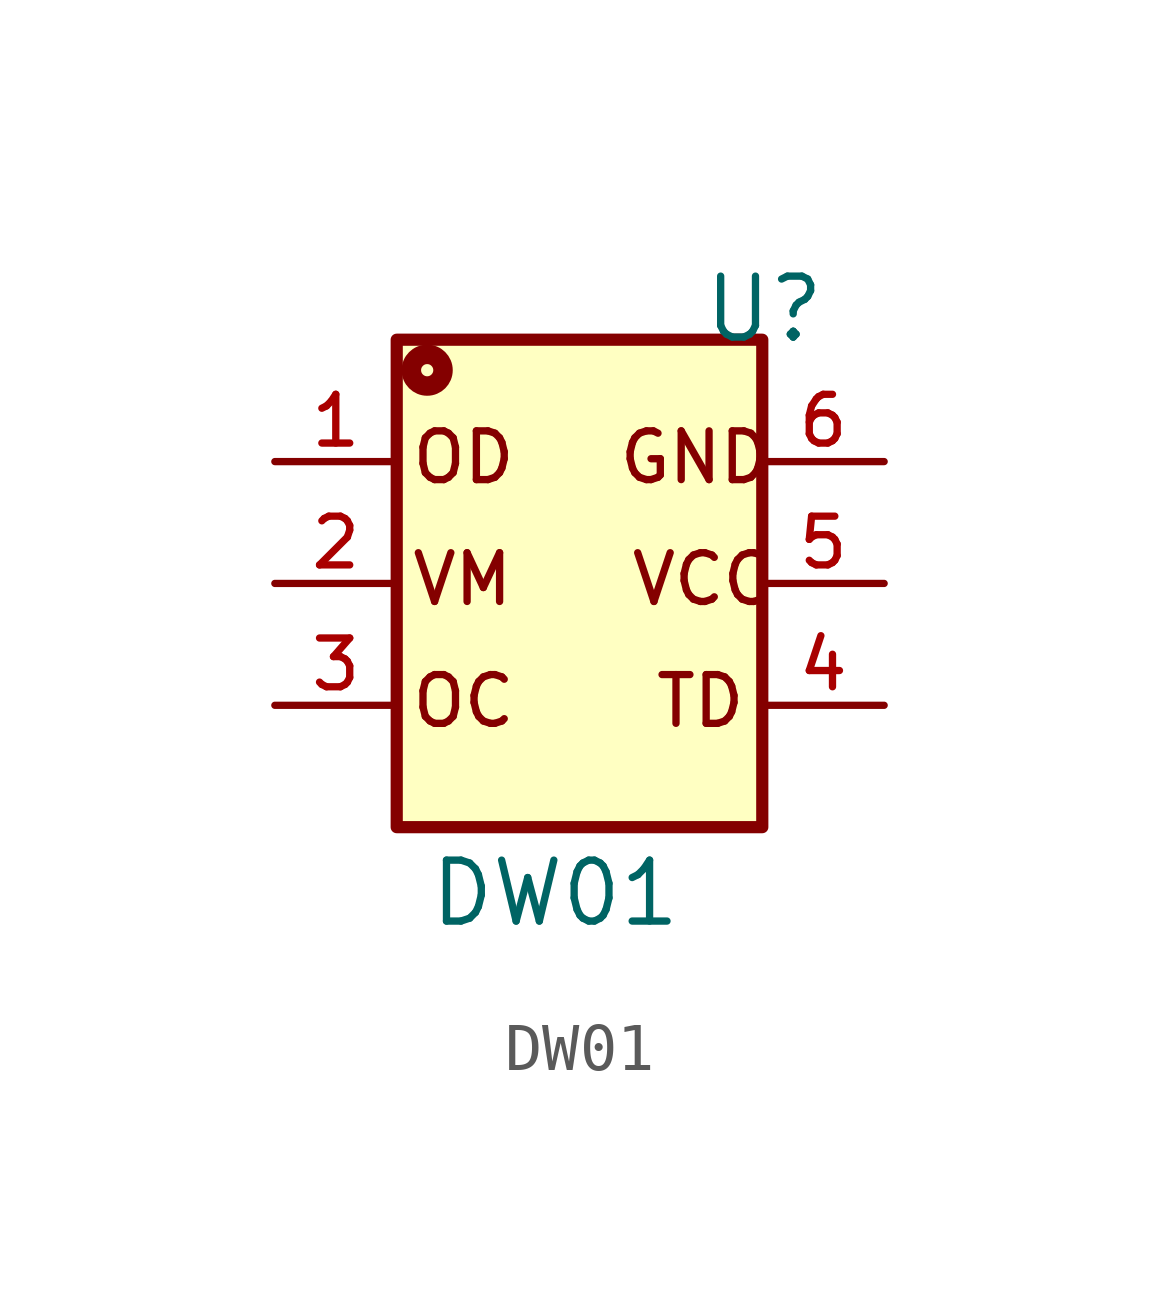
<source format=kicad_sym>
(kicad_symbol_lib
  (version 20211014)
  (generator kicad_symbol_editor)
  (symbol "DW01"
    (pin_names
      (offset 1.016))
    (property "Reference" "U"
      (at 6.35 5.715 0.0)
      (effects (font (size 1.27 1.27)) (justify left)))
    (property "Value" "DW01"
      (at 0.635 -5.715 0.0)
      (effects (font (size 1.27 1.27)) (justify top left)))
    (symbol "DW01_0_0"
      (circle (center 0.635 4.445) (radius 0.127) (stroke (width 0.406)) (fill (type none)))
      (text "OD" (at 0.254 2.032 0) (effects (font (size 1.016 1.016)) (justify bottom left)))
      (text "VM" (at 0.254 -0.508 0) (effects (font (size 1.016 1.016)) (justify bottom left)))
      (text "OC" (at 0.254 -3.048 0) (effects (font (size 1.016 1.016)) (justify bottom left)))
      (text "TD" (at 5.334 -3.048 0) (effects (font (size 1.016 1.016)) (justify bottom left)))
      (text "VCC" (at 4.826 -0.508 0) (effects (font (size 1.016 1.016)) (justify bottom left)))
      (text "GND" (at 4.572 2.032 0) (effects (font (size 1.016 1.016)) (justify bottom left)))
      (rectangle (start -4.4408920985e-16 -5.08) (end 7.62 5.08) (stroke (width 0.254)) (fill (type background)))
      (pin passive line (at -2.54 2.54 0) (length 2.54) (name "~" (effects (font (size 1.016 1.016)))) (number "1" (effects (font (size 1.016 1.016)))))
      (pin passive line (at -2.54 0.0 0) (length 2.54) (name "~" (effects (font (size 1.016 1.016)))) (number "2" (effects (font (size 1.016 1.016)))))
      (pin passive line (at -2.54 -2.54 0) (length 2.54) (name "~" (effects (font (size 1.016 1.016)))) (number "3" (effects (font (size 1.016 1.016)))))
      (pin passive line (at 10.16 -2.54 180.0) (length 2.54) (name "~" (effects (font (size 1.016 1.016)))) (number "4" (effects (font (size 1.016 1.016)))))
      (pin passive line (at 10.16 0.0 180.0) (length 2.54) (name "~" (effects (font (size 1.016 1.016)))) (number "5" (effects (font (size 1.016 1.016)))))
      (pin passive line (at 10.16 2.54 180.0) (length 2.54) (name "~" (effects (font (size 1.016 1.016)))) (number "6" (effects (font (size 1.016 1.016))))))))
</source>
